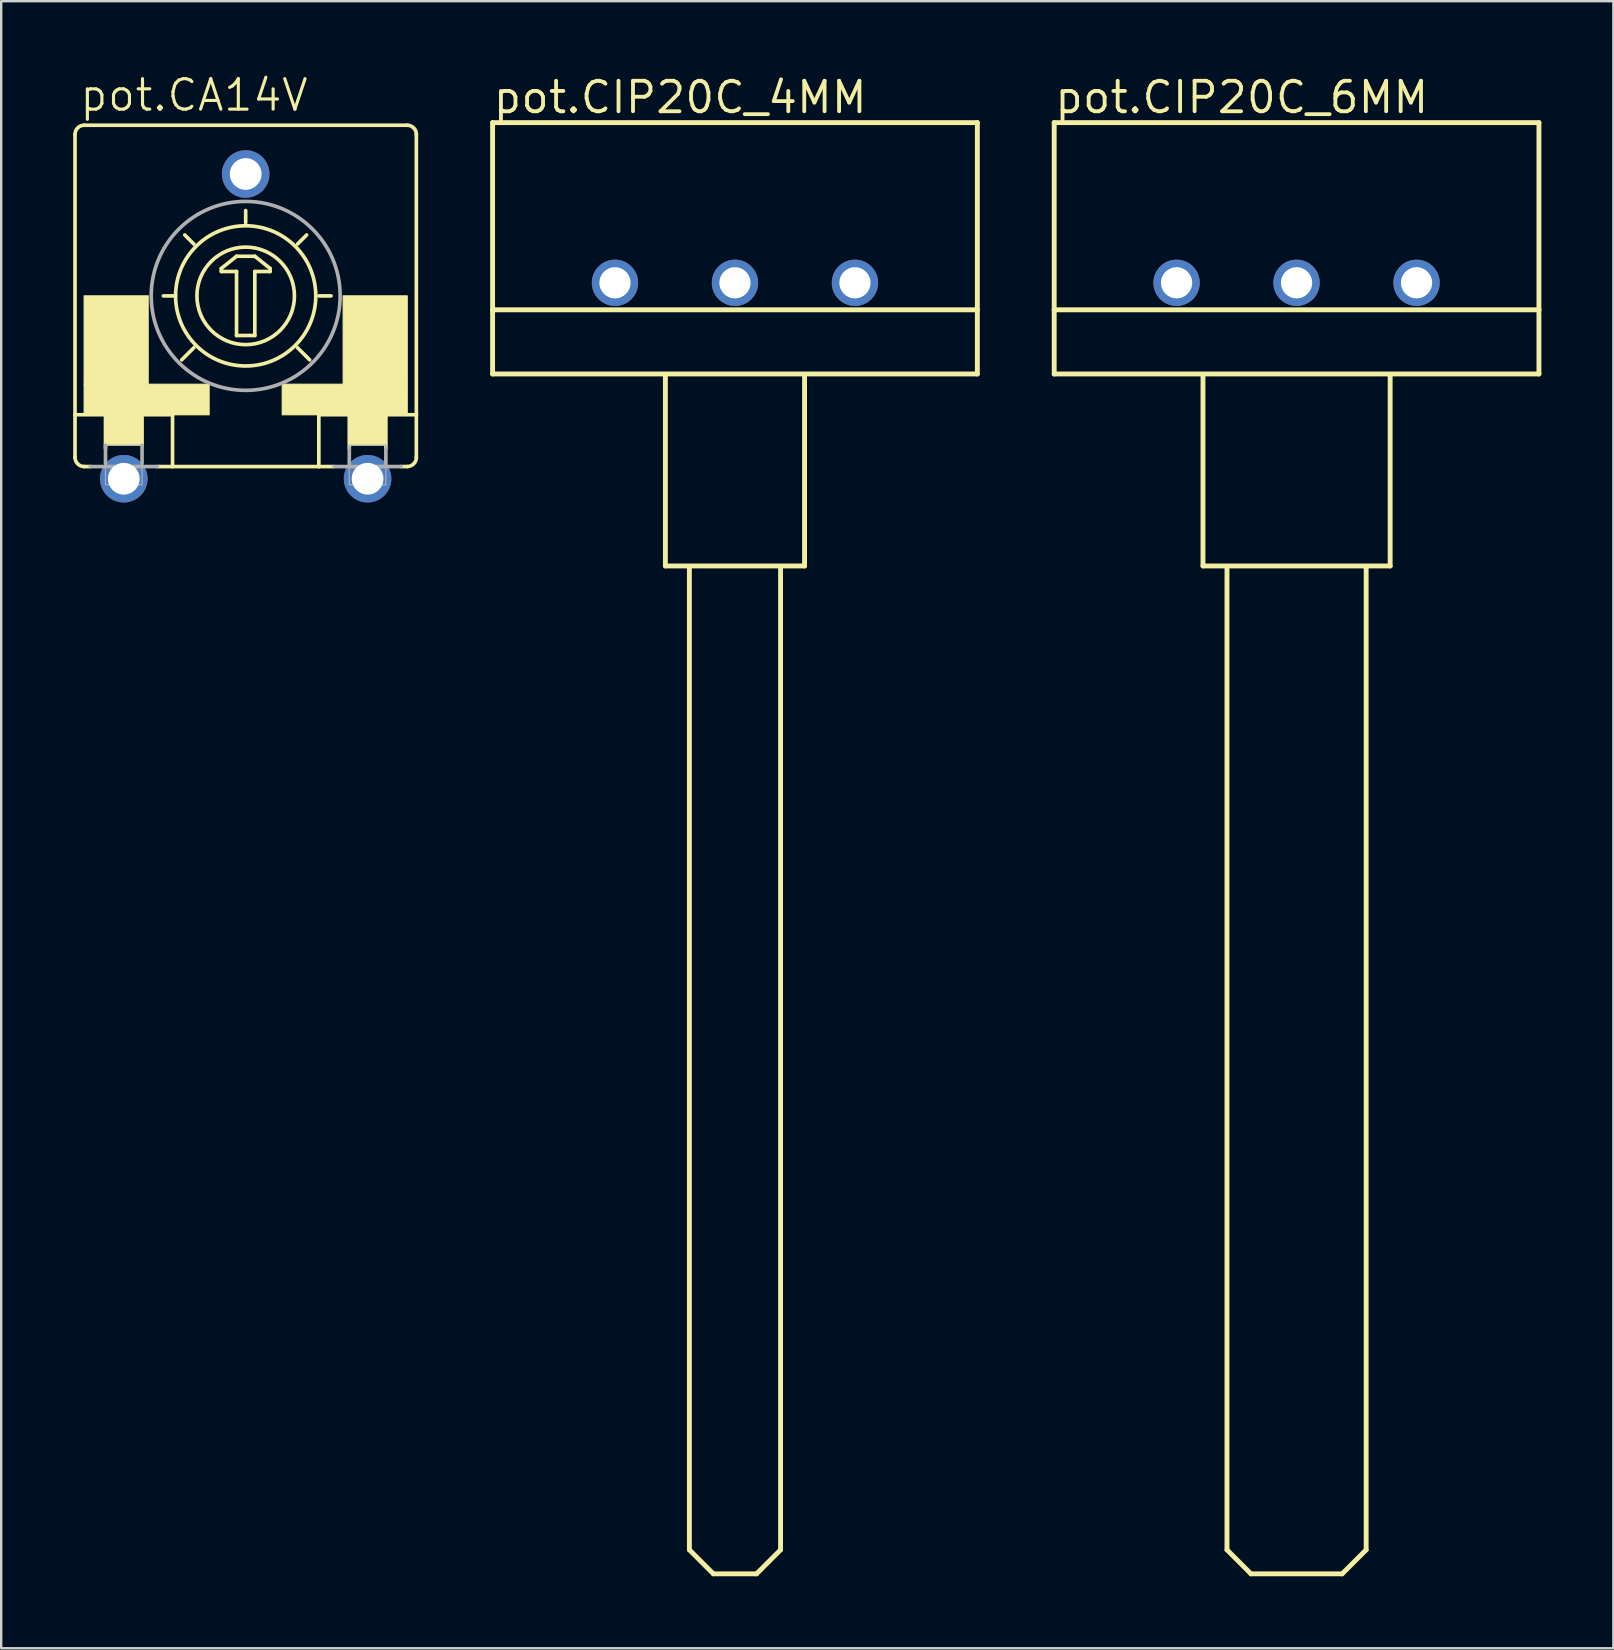
<source format=kicad_pcb>
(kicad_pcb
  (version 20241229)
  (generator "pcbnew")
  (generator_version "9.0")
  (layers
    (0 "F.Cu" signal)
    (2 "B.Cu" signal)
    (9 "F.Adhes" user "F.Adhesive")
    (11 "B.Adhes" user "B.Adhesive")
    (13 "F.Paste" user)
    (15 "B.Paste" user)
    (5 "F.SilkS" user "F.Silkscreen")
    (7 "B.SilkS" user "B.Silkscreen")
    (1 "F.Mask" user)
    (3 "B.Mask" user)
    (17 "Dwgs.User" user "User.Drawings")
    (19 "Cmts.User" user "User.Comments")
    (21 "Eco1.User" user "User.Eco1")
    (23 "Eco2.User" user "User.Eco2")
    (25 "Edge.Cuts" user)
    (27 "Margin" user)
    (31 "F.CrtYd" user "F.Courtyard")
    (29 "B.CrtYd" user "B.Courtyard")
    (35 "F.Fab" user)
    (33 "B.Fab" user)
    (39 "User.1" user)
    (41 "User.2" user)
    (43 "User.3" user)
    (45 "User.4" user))
  (footprint "pot.CIP20C_4MM"
    (layer "F.Cu")
    (at 27.578 8.735)
    (property "Reference" "pot.CIP20C_4MM" (at -10.16 -6.985 0) (layer "F.SilkS") (effects (font (size 1.27 1.27) (thickness 0.16)) (justify left bottom)))
    (attr through_hole)
    (fp_line (start -10.1 -6.675) (end 10.1 -6.675) (stroke (width 0.203) (type default)) (layer "F.SilkS"))
    (fp_line (start -10.1 1.125) (end -10.1 -6.675) (stroke (width 0.203) (type default)) (layer "F.SilkS"))
    (fp_line (start -10.1 3.8) (end -10.1 1.125) (stroke (width 0.203) (type default)) (layer "F.SilkS"))
    (fp_line (start -2.9 11.8) (end -2.9 3.875) (stroke (width 0.203) (type default)) (layer "F.SilkS"))
    (fp_line (start -1.9 52.8) (end -1.9 11.875) (stroke (width 0.203) (type default)) (layer "F.SilkS"))
    (fp_line (start -0.9 53.8) (end -1.9 52.8) (stroke (width 0.203) (type default)) (layer "F.SilkS"))
    (fp_line (start 0.9 53.8) (end -0.9 53.8) (stroke (width 0.203) (type default)) (layer "F.SilkS"))
    (fp_line (start 1.9 11.9) (end 1.9 52.8) (stroke (width 0.203) (type default)) (layer "F.SilkS"))
    (fp_line (start 1.9 52.8) (end 0.9 53.8) (stroke (width 0.203) (type default)) (layer "F.SilkS"))
    (fp_line (start 2.9 3.9) (end 2.9 11.8) (stroke (width 0.203) (type default)) (layer "F.SilkS"))
    (fp_line (start 2.9 11.8) (end -2.9 11.8) (stroke (width 0.203) (type default)) (layer "F.SilkS"))
    (fp_line (start 10.1 -6.675) (end 10.1 1.125) (stroke (width 0.203) (type default)) (layer "F.SilkS"))
    (fp_line (start 10.1 1.125) (end -10.1 1.125) (stroke (width 0.203) (type default)) (layer "F.SilkS"))
    (fp_line (start 10.1 1.125) (end 10.1 3.8) (stroke (width 0.203) (type default)) (layer "F.SilkS"))
    (fp_line (start 10.1 3.8) (end -10.1 3.8) (stroke (width 0.203) (type default)) (layer "F.SilkS"))
    (pad "A" thru_hole circle (at -5 0) (size 1.93 1.93) (drill 1.3) (layers "*.Cu" "*.Mask"))
    (pad "E" thru_hole circle (at 5 0) (size 1.93 1.93) (drill 1.3) (layers "*.Cu" "*.Mask"))
    (pad "S" thru_hole circle (at 0 0) (size 1.93 1.93) (drill 1.3) (layers "*.Cu" "*.Mask")))
  (footprint "pot.CIP20C_6MM"
    (layer "F.Cu")
    (at 50.981 8.735)
    (property "Reference" "pot.CIP20C_6MM" (at -10.16 -6.985 0) (layer "F.SilkS") (effects (font (size 1.27 1.27) (thickness 0.16)) (justify left bottom)))
    (attr through_hole)
    (fp_line (start -10.1 -6.675) (end 10.1 -6.675) (stroke (width 0.203) (type default)) (layer "F.SilkS"))
    (fp_line (start -10.1 1.125) (end -10.1 -6.675) (stroke (width 0.203) (type default)) (layer "F.SilkS"))
    (fp_line (start -10.1 3.8) (end -10.1 1.125) (stroke (width 0.203) (type default)) (layer "F.SilkS"))
    (fp_line (start -3.9 11.8) (end -3.9 3.875) (stroke (width 0.203) (type default)) (layer "F.SilkS"))
    (fp_line (start -2.9 52.8) (end -2.9 11.875) (stroke (width 0.203) (type default)) (layer "F.SilkS"))
    (fp_line (start -1.9 53.8) (end -2.9 52.8) (stroke (width 0.203) (type default)) (layer "F.SilkS"))
    (fp_line (start 1.9 53.8) (end -1.9 53.8) (stroke (width 0.203) (type default)) (layer "F.SilkS"))
    (fp_line (start 2.9 11.85) (end 2.9 52.8) (stroke (width 0.203) (type default)) (layer "F.SilkS"))
    (fp_line (start 2.9 52.8) (end 1.9 53.8) (stroke (width 0.203) (type default)) (layer "F.SilkS"))
    (fp_line (start 3.9 3.9) (end 3.9 11.8) (stroke (width 0.203) (type default)) (layer "F.SilkS"))
    (fp_line (start 3.9 11.8) (end -3.9 11.8) (stroke (width 0.203) (type default)) (layer "F.SilkS"))
    (fp_line (start 10.1 -6.675) (end 10.1 1.125) (stroke (width 0.203) (type default)) (layer "F.SilkS"))
    (fp_line (start 10.1 1.125) (end -10.1 1.125) (stroke (width 0.203) (type default)) (layer "F.SilkS"))
    (fp_line (start 10.1 1.125) (end 10.1 3.8) (stroke (width 0.203) (type default)) (layer "F.SilkS"))
    (fp_line (start 10.1 3.8) (end -10.1 3.8) (stroke (width 0.203) (type default)) (layer "F.SilkS"))
    (pad "A" thru_hole circle (at -5 0) (size 1.93 1.93) (drill 1.3) (layers "*.Cu" "*.Mask"))
    (pad "E" thru_hole circle (at 5 0) (size 1.93 1.93) (drill 1.3) (layers "*.Cu" "*.Mask"))
    (pad "S" thru_hole circle (at 0 0) (size 1.93 1.93) (drill 1.3) (layers "*.Cu" "*.Mask")))
  (footprint "pot.CA14V"
    (layer "F.Cu")
    (at 7.188 9.28)
    (property "Reference" "pot.CA14V" (at -6.985 -7.62 0) (layer "F.SilkS") (effects (font (size 1.27 1.27) (thickness 0.13)) (justify left bottom)))
    (attr through_hole)
    (fp_line (start -7.112 4.953) (end -7.112 -6.731) (stroke (width 0.152) (type default)) (layer "F.SilkS"))
    (fp_line (start -7.112 6.731) (end -7.112 4.953) (stroke (width 0.152) (type default)) (layer "F.SilkS"))
    (fp_line (start -6.477 7.112) (end -6.731 7.112) (stroke (width 0.152) (type default)) (layer "F.SilkS"))
    (fp_line (start -5.842 4.953) (end -7.112 4.953) (stroke (width 0.152) (type default)) (layer "F.SilkS"))
    (fp_line (start -5.842 6.35) (end -5.842 4.953) (stroke (width 0.152) (type default)) (layer "F.SilkS"))
    (fp_line (start -4.318 6.223) (end -4.318 4.953) (stroke (width 0.152) (type default)) (layer "F.SilkS"))
    (fp_line (start -3.429 0) (end -2.921 0) (stroke (width 0.152) (type default)) (layer "F.SilkS"))
    (fp_line (start -3.048 4.953) (end -4.318 4.953) (stroke (width 0.152) (type default)) (layer "F.SilkS"))
    (fp_line (start -3.048 7.112) (end -3.683 7.112) (stroke (width 0.152) (type default)) (layer "F.SilkS"))
    (fp_line (start -3.048 7.112) (end -3.048 4.953) (stroke (width 0.152) (type default)) (layer "F.SilkS"))
    (fp_line (start -2.159 -2.159) (end -2.54 -2.54) (stroke (width 0.152) (type default)) (layer "F.SilkS"))
    (fp_line (start -2.159 2.159) (end -2.667 2.667) (stroke (width 0.152) (type default)) (layer "F.SilkS"))
    (fp_line (start -1.016 -1.143) (end -0.381 -1.651) (stroke (width 0.152) (type default)) (layer "F.SilkS"))
    (fp_line (start -1.016 -1.016) (end -1.016 -1.143) (stroke (width 0.152) (type default)) (layer "F.SilkS"))
    (fp_line (start -0.381 -1.651) (end 0.381 -1.651) (stroke (width 0.152) (type default)) (layer "F.SilkS"))
    (fp_line (start -0.381 -1.016) (end -1.016 -1.016) (stroke (width 0.152) (type default)) (layer "F.SilkS"))
    (fp_line (start -0.381 1.651) (end -0.381 -1.016) (stroke (width 0.152) (type default)) (layer "F.SilkS"))
    (fp_line (start 0 -3.048) (end 0 -3.556) (stroke (width 0.152) (type default)) (layer "F.SilkS"))
    (fp_line (start 0.381 -1.651) (end 1.016 -1.143) (stroke (width 0.152) (type default)) (layer "F.SilkS"))
    (fp_line (start 0.381 -1.016) (end 0.381 1.651) (stroke (width 0.152) (type default)) (layer "F.SilkS"))
    (fp_line (start 0.381 1.651) (end -0.381 1.651) (stroke (width 0.152) (type default)) (layer "F.SilkS"))
    (fp_line (start 1.016 -1.143) (end 1.016 -1.016) (stroke (width 0.152) (type default)) (layer "F.SilkS"))
    (fp_line (start 1.016 -1.016) (end 0.381 -1.016) (stroke (width 0.152) (type default)) (layer "F.SilkS"))
    (fp_line (start 2.159 -2.159) (end 2.54 -2.54) (stroke (width 0.152) (type default)) (layer "F.SilkS"))
    (fp_line (start 2.159 2.159) (end 2.667 2.667) (stroke (width 0.152) (type default)) (layer "F.SilkS"))
    (fp_line (start 3.048 0) (end 3.556 0) (stroke (width 0.152) (type default)) (layer "F.SilkS"))
    (fp_line (start 3.048 7.112) (end -3.048 7.112) (stroke (width 0.152) (type default)) (layer "F.SilkS"))
    (fp_line (start 3.048 7.112) (end 3.048 4.953) (stroke (width 0.152) (type default)) (layer "F.SilkS"))
    (fp_line (start 3.683 7.112) (end 3.048 7.112) (stroke (width 0.152) (type default)) (layer "F.SilkS"))
    (fp_line (start 4.318 4.953) (end 3.048 4.953) (stroke (width 0.152) (type default)) (layer "F.SilkS"))
    (fp_line (start 4.318 6.35) (end 4.318 4.953) (stroke (width 0.152) (type default)) (layer "F.SilkS"))
    (fp_line (start 5.842 6.35) (end 5.842 4.953) (stroke (width 0.152) (type default)) (layer "F.SilkS"))
    (fp_line (start 6.731 -7.112) (end -6.731 -7.112) (stroke (width 0.152) (type default)) (layer "F.SilkS"))
    (fp_line (start 6.731 7.112) (end 6.477 7.112) (stroke (width 0.152) (type default)) (layer "F.SilkS"))
    (fp_line (start 7.112 -6.731) (end 7.112 4.953) (stroke (width 0.152) (type default)) (layer "F.SilkS"))
    (fp_line (start 7.112 4.953) (end 5.842 4.953) (stroke (width 0.152) (type default)) (layer "F.SilkS"))
    (fp_line (start 7.112 4.953) (end 7.112 6.731) (stroke (width 0.152) (type default)) (layer "F.SilkS"))
    (fp_rect (start -6.731 3.683) (end -4.064 0) (stroke (width 0.05) (type default)) (fill yes) (layer "F.SilkS"))
    (fp_rect (start -6.731 4.953) (end -1.524 3.683) (stroke (width 0.05) (type default)) (fill yes) (layer "F.SilkS"))
    (fp_rect (start -5.842 6.223) (end -4.318 4.953) (stroke (width 0.05) (type default)) (fill yes) (layer "F.SilkS"))
    (fp_rect (start 1.524 4.953) (end 6.731 3.683) (stroke (width 0.05) (type default)) (fill yes) (layer "F.SilkS"))
    (fp_rect (start 4.064 3.683) (end 6.731 0) (stroke (width 0.05) (type default)) (fill yes) (layer "F.SilkS"))
    (fp_rect (start 4.318 6.223) (end 5.842 4.953) (stroke (width 0.05) (type default)) (fill yes) (layer "F.SilkS"))
    (fp_arc (start -7.112 -6.731) (mid -7.000408 -7.000408) (end -6.731 -7.112) (stroke (width 0.1524) (type default)) (layer "F.SilkS"))
    (fp_arc (start -6.731 7.112) (mid -7.000408 7.000408) (end -7.112 6.731) (stroke (width 0.1524) (type default)) (layer "F.SilkS"))
    (fp_arc (start 6.731 -7.112) (mid 7.000408 -7.000408) (end 7.112 -6.731) (stroke (width 0.1524) (type default)) (layer "F.SilkS"))
    (fp_arc (start 7.112 6.731) (mid 7.000408 7.000408) (end 6.731 7.112) (stroke (width 0.1524) (type default)) (layer "F.SilkS"))
    (fp_circle (center 0 0) (end 2.032 0) (stroke (width 0.152) (type default)) (fill no) (layer "F.SilkS"))
    (fp_circle (center 0 0) (end 2.921 0) (stroke (width 0.152) (type default)) (fill no) (layer "F.SilkS"))
    (fp_line (start -5.842 6.223) (end -5.842 6.985) (stroke (width 0.152) (type default)) (layer "F.Fab"))
    (fp_line (start -4.318 6.223) (end -4.318 6.985) (stroke (width 0.152) (type default)) (layer "F.Fab"))
    (fp_line (start -3.683 7.112) (end -6.477 7.112) (stroke (width 0.152) (type default)) (layer "F.Fab"))
    (fp_line (start 4.318 6.35) (end 4.318 7.112) (stroke (width 0.152) (type default)) (layer "F.Fab"))
    (fp_line (start 4.318 7.112) (end 3.683 7.112) (stroke (width 0.152) (type default)) (layer "F.Fab"))
    (fp_line (start 5.842 6.35) (end 5.842 7.112) (stroke (width 0.152) (type default)) (layer "F.Fab"))
    (fp_line (start 5.842 7.112) (end 4.318 7.112) (stroke (width 0.152) (type default)) (layer "F.Fab"))
    (fp_line (start 6.477 7.112) (end 5.842 7.112) (stroke (width 0.152) (type default)) (layer "F.Fab"))
    (fp_rect (start -5.842 7.112) (end -4.318 6.223) (stroke (width 0.05) (type default)) (fill no) (layer "F.Fab"))
    (fp_rect (start -5.842 7.874) (end -4.318 7.112) (stroke (width 0.05) (type default)) (fill no) (layer "F.Fab"))
    (fp_rect (start 4.318 7.112) (end 5.842 6.223) (stroke (width 0.05) (type default)) (fill no) (layer "F.Fab"))
    (fp_rect (start 4.318 7.874) (end 5.842 7.112) (stroke (width 0.05) (type default)) (fill no) (layer "F.Fab"))
    (fp_circle (center 0 0) (end 3.937 0) (stroke (width 0.152) (type default)) (fill no) (layer "F.Fab"))
    (pad "A" thru_hole circle (at -5.08 7.62) (size 1.981 1.981) (drill 1.321) (layers "*.Cu" "*.Mask"))
    (pad "E" thru_hole circle (at 5.08 7.62) (size 1.981 1.981) (drill 1.321) (layers "*.Cu" "*.Mask"))
    (pad "S" thru_hole circle (at 0 -5.08) (size 1.981 1.981) (drill 1.321) (layers "*.Cu" "*.Mask")))
  (gr_rect
    (start -3 -3)
    (end 64.183 65.637)
    (stroke (width 0.1) (type default))
    (fill no)
    (layer "Edge.Cuts")))
</source>
